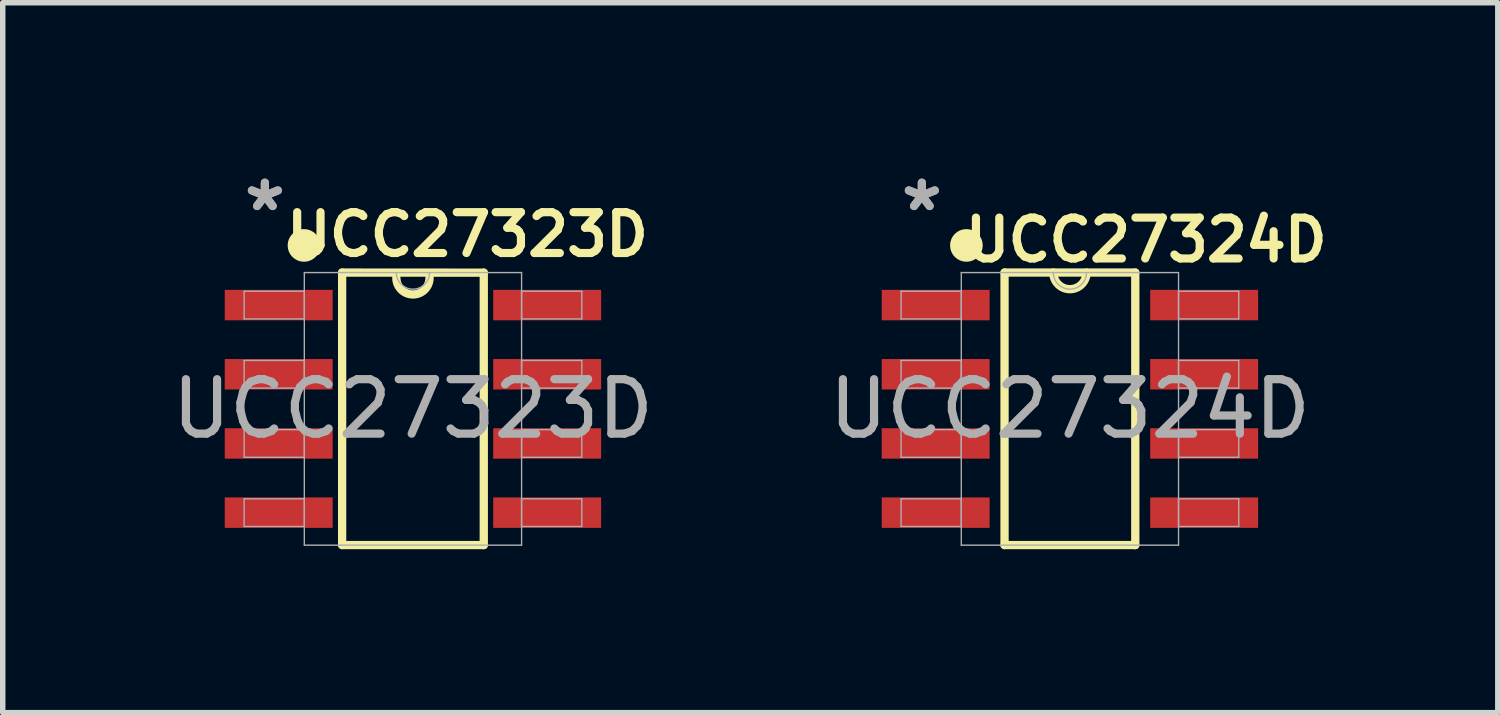
<source format=kicad_pcb>
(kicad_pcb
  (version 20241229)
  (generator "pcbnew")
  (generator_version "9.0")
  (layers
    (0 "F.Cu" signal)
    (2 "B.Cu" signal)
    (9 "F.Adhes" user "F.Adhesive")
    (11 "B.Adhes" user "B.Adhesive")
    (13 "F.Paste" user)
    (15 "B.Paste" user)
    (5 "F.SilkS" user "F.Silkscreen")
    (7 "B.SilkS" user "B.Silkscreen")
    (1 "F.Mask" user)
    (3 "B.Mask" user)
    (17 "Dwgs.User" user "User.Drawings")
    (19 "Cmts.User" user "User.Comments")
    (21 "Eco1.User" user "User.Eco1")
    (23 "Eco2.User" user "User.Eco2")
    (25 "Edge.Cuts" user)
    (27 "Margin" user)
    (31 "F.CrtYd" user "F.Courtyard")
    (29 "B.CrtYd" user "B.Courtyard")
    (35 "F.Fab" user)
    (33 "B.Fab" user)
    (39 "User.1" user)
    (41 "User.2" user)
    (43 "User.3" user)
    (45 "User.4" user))
  (footprint "UCC27324D"
    (layer "F.Cu")
    (at 16.589 4.455)
    (property "Reference" "UCC27324D" (at 1.4 -3.1 0) (unlocked yes) (layer "F.SilkS") (effects (font (size 0.75 0.75) (thickness 0.15))))
    (attr smd)
    (fp_line (start -1.2 2.5) (end -1.2 -2.502) (stroke (width 0.152) (type default)) (layer "F.SilkS"))
    (fp_line (start -1.2 2.5) (end 1.2 2.5) (stroke (width 0.152) (type solid)) (layer "F.SilkS"))
    (fp_line (start 1.2 -2.502) (end -1.2 -2.502) (stroke (width 0.152) (type solid)) (layer "F.SilkS"))
    (fp_line (start 1.2 2.5) (end 1.2 -2.502) (stroke (width 0.152) (type default)) (layer "F.SilkS"))
    (fp_arc (start 0.3048 -2.5019) (mid 0 -2.1971) (end -0.3048 -2.5019) (stroke (width 0.1524) (type solid)) (layer "F.SilkS"))
    (fp_circle (center -1.9 -3) (end -1.75 -3) (stroke (width 0.3) (type default)) (fill no) (layer "F.SilkS"))
    (fp_line (start -3.099 -2.159) (end -3.099 -1.651) (stroke (width 0.025) (type solid)) (layer "F.Fab"))
    (fp_line (start -3.099 -1.651) (end -1.994 -1.651) (stroke (width 0.025) (type solid)) (layer "F.Fab"))
    (fp_line (start -3.099 -0.889) (end -3.099 -0.381) (stroke (width 0.025) (type solid)) (layer "F.Fab"))
    (fp_line (start -3.099 -0.381) (end -1.994 -0.381) (stroke (width 0.025) (type solid)) (layer "F.Fab"))
    (fp_line (start -3.099 0.381) (end -3.099 0.889) (stroke (width 0.025) (type solid)) (layer "F.Fab"))
    (fp_line (start -3.099 0.889) (end -1.994 0.889) (stroke (width 0.025) (type solid)) (layer "F.Fab"))
    (fp_line (start -3.099 1.651) (end -3.099 2.159) (stroke (width 0.025) (type solid)) (layer "F.Fab"))
    (fp_line (start -3.099 2.159) (end -1.994 2.159) (stroke (width 0.025) (type solid)) (layer "F.Fab"))
    (fp_line (start -1.994 -2.502) (end -1.994 2.502) (stroke (width 0.025) (type solid)) (layer "F.Fab"))
    (fp_line (start -1.994 -2.159) (end -3.099 -2.159) (stroke (width 0.025) (type solid)) (layer "F.Fab"))
    (fp_line (start -1.994 -1.651) (end -1.994 -2.159) (stroke (width 0.025) (type solid)) (layer "F.Fab"))
    (fp_line (start -1.994 -0.889) (end -3.099 -0.889) (stroke (width 0.025) (type solid)) (layer "F.Fab"))
    (fp_line (start -1.994 -0.381) (end -1.994 -0.889) (stroke (width 0.025) (type solid)) (layer "F.Fab"))
    (fp_line (start -1.994 0.381) (end -3.099 0.381) (stroke (width 0.025) (type solid)) (layer "F.Fab"))
    (fp_line (start -1.994 0.889) (end -1.994 0.381) (stroke (width 0.025) (type solid)) (layer "F.Fab"))
    (fp_line (start -1.994 1.651) (end -3.099 1.651) (stroke (width 0.025) (type solid)) (layer "F.Fab"))
    (fp_line (start -1.994 2.159) (end -1.994 1.651) (stroke (width 0.025) (type solid)) (layer "F.Fab"))
    (fp_line (start -1.994 2.502) (end 1.994 2.502) (stroke (width 0.025) (type solid)) (layer "F.Fab"))
    (fp_line (start 1.994 -2.502) (end -1.994 -2.502) (stroke (width 0.025) (type solid)) (layer "F.Fab"))
    (fp_line (start 1.994 -2.159) (end 1.994 -1.651) (stroke (width 0.025) (type solid)) (layer "F.Fab"))
    (fp_line (start 1.994 -1.651) (end 3.099 -1.651) (stroke (width 0.025) (type solid)) (layer "F.Fab"))
    (fp_line (start 1.994 -0.889) (end 1.994 -0.381) (stroke (width 0.025) (type solid)) (layer "F.Fab"))
    (fp_line (start 1.994 -0.381) (end 3.099 -0.381) (stroke (width 0.025) (type solid)) (layer "F.Fab"))
    (fp_line (start 1.994 0.381) (end 1.994 0.889) (stroke (width 0.025) (type solid)) (layer "F.Fab"))
    (fp_line (start 1.994 0.889) (end 3.099 0.889) (stroke (width 0.025) (type solid)) (layer "F.Fab"))
    (fp_line (start 1.994 1.651) (end 1.994 2.159) (stroke (width 0.025) (type solid)) (layer "F.Fab"))
    (fp_line (start 1.994 2.159) (end 3.099 2.159) (stroke (width 0.025) (type solid)) (layer "F.Fab"))
    (fp_line (start 1.994 2.502) (end 1.994 -2.502) (stroke (width 0.025) (type solid)) (layer "F.Fab"))
    (fp_line (start 3.099 -2.159) (end 1.994 -2.159) (stroke (width 0.025) (type solid)) (layer "F.Fab"))
    (fp_line (start 3.099 -1.651) (end 3.099 -2.159) (stroke (width 0.025) (type solid)) (layer "F.Fab"))
    (fp_line (start 3.099 -0.889) (end 1.994 -0.889) (stroke (width 0.025) (type solid)) (layer "F.Fab"))
    (fp_line (start 3.099 -0.381) (end 3.099 -0.889) (stroke (width 0.025) (type solid)) (layer "F.Fab"))
    (fp_line (start 3.099 0.381) (end 1.994 0.381) (stroke (width 0.025) (type solid)) (layer "F.Fab"))
    (fp_line (start 3.099 0.889) (end 3.099 0.381) (stroke (width 0.025) (type solid)) (layer "F.Fab"))
    (fp_line (start 3.099 1.651) (end 1.994 1.651) (stroke (width 0.025) (type solid)) (layer "F.Fab"))
    (fp_line (start 3.099 2.159) (end 3.099 1.651) (stroke (width 0.025) (type solid)) (layer "F.Fab"))
    (fp_arc (start 0.3048 -2.5019) (mid 0 -2.1971) (end -0.3048 -2.5019) (stroke (width 0.0254) (type solid)) (layer "F.Fab"))
    (fp_text user "*" (at -2.718 -3.607 0) (layer "F.Fab") (effects (font (size 1 1) (thickness 0.15))))
    (fp_text user "${REFERENCE}" (at 0 0 0) (unlocked yes) (layer "F.Fab") (effects (font (size 1 1) (thickness 0.15))))
    (fp_text user "*" (at -2.718 -3.607 0) (unlocked yes) (layer "F.Fab") (effects (font (size 1 1) (thickness 0.15))))
    (pad "1" smd rect (at -2.464 -1.905) (size 1.981 0.559) (layers "F.Cu" "F.Mask" "F.Paste"))
    (pad "2" smd rect (at -2.464 -0.635) (size 1.981 0.559) (layers "F.Cu" "F.Mask" "F.Paste"))
    (pad "3" smd rect (at -2.464 0.635) (size 1.981 0.559) (layers "F.Cu" "F.Mask" "F.Paste"))
    (pad "4" smd rect (at -2.464 1.905) (size 1.981 0.559) (layers "F.Cu" "F.Mask" "F.Paste"))
    (pad "5" smd rect (at 2.464 1.905) (size 1.981 0.559) (layers "F.Cu" "F.Mask" "F.Paste"))
    (pad "6" smd rect (at 2.464 0.635) (size 1.981 0.559) (layers "F.Cu" "F.Mask" "F.Paste"))
    (pad "7" smd rect (at 2.464 -0.635) (size 1.981 0.559) (layers "F.Cu" "F.Mask" "F.Paste"))
    (pad "8" smd rect (at 2.464 -1.905) (size 1.981 0.559) (layers "F.Cu" "F.Mask" "F.Paste")))
  (footprint "UCC27323D"
    (layer "F.Cu")
    (at 4.53 4.455)
    (property "Reference" "UCC27323D" (at 1 -3.2 0) (unlocked yes) (layer "F.SilkS") (effects (font (size 0.75 0.75) (thickness 0.15))))
    (attr smd)
    (fp_line (start -1.3 -2.502) (end -1.3 2.5) (stroke (width 0.152) (type default)) (layer "F.SilkS"))
    (fp_line (start -1.3 2.5) (end 1.3 2.5) (stroke (width 0.152) (type solid)) (layer "F.SilkS"))
    (fp_line (start 1.3 -2.5) (end -1.3 -2.502) (stroke (width 0.152) (type solid)) (layer "F.SilkS"))
    (fp_line (start 1.3 2.5) (end 1.3 -2.5) (stroke (width 0.152) (type default)) (layer "F.SilkS"))
    (fp_arc (start 0.3048 -2.4048) (mid 0 -2.1) (end -0.3048 -2.4048) (stroke (width 0.1524) (type solid)) (layer "F.SilkS"))
    (fp_circle (center -2 -3) (end -1.85 -3) (stroke (width 0.3) (type default)) (fill no) (layer "F.SilkS"))
    (fp_line (start -3.099 -2.159) (end -3.099 -1.651) (stroke (width 0.025) (type solid)) (layer "F.Fab"))
    (fp_line (start -3.099 -1.651) (end -1.994 -1.651) (stroke (width 0.025) (type solid)) (layer "F.Fab"))
    (fp_line (start -3.099 -0.889) (end -3.099 -0.381) (stroke (width 0.025) (type solid)) (layer "F.Fab"))
    (fp_line (start -3.099 -0.381) (end -1.994 -0.381) (stroke (width 0.025) (type solid)) (layer "F.Fab"))
    (fp_line (start -3.099 0.381) (end -3.099 0.889) (stroke (width 0.025) (type solid)) (layer "F.Fab"))
    (fp_line (start -3.099 0.889) (end -1.994 0.889) (stroke (width 0.025) (type solid)) (layer "F.Fab"))
    (fp_line (start -3.099 1.651) (end -3.099 2.159) (stroke (width 0.025) (type solid)) (layer "F.Fab"))
    (fp_line (start -3.099 2.159) (end -1.994 2.159) (stroke (width 0.025) (type solid)) (layer "F.Fab"))
    (fp_line (start -1.994 -2.502) (end -1.994 2.502) (stroke (width 0.025) (type solid)) (layer "F.Fab"))
    (fp_line (start -1.994 -2.159) (end -3.099 -2.159) (stroke (width 0.025) (type solid)) (layer "F.Fab"))
    (fp_line (start -1.994 -1.651) (end -1.994 -2.159) (stroke (width 0.025) (type solid)) (layer "F.Fab"))
    (fp_line (start -1.994 -0.889) (end -3.099 -0.889) (stroke (width 0.025) (type solid)) (layer "F.Fab"))
    (fp_line (start -1.994 -0.381) (end -1.994 -0.889) (stroke (width 0.025) (type solid)) (layer "F.Fab"))
    (fp_line (start -1.994 0.381) (end -3.099 0.381) (stroke (width 0.025) (type solid)) (layer "F.Fab"))
    (fp_line (start -1.994 0.889) (end -1.994 0.381) (stroke (width 0.025) (type solid)) (layer "F.Fab"))
    (fp_line (start -1.994 1.651) (end -3.099 1.651) (stroke (width 0.025) (type solid)) (layer "F.Fab"))
    (fp_line (start -1.994 2.159) (end -1.994 1.651) (stroke (width 0.025) (type solid)) (layer "F.Fab"))
    (fp_line (start -1.994 2.502) (end 1.994 2.502) (stroke (width 0.025) (type solid)) (layer "F.Fab"))
    (fp_line (start 1.994 -2.502) (end -1.994 -2.502) (stroke (width 0.025) (type solid)) (layer "F.Fab"))
    (fp_line (start 1.994 -2.159) (end 1.994 -1.651) (stroke (width 0.025) (type solid)) (layer "F.Fab"))
    (fp_line (start 1.994 -1.651) (end 3.099 -1.651) (stroke (width 0.025) (type solid)) (layer "F.Fab"))
    (fp_line (start 1.994 -0.889) (end 1.994 -0.381) (stroke (width 0.025) (type solid)) (layer "F.Fab"))
    (fp_line (start 1.994 -0.381) (end 3.099 -0.381) (stroke (width 0.025) (type solid)) (layer "F.Fab"))
    (fp_line (start 1.994 0.381) (end 1.994 0.889) (stroke (width 0.025) (type solid)) (layer "F.Fab"))
    (fp_line (start 1.994 0.889) (end 3.099 0.889) (stroke (width 0.025) (type solid)) (layer "F.Fab"))
    (fp_line (start 1.994 1.651) (end 1.994 2.159) (stroke (width 0.025) (type solid)) (layer "F.Fab"))
    (fp_line (start 1.994 2.159) (end 3.099 2.159) (stroke (width 0.025) (type solid)) (layer "F.Fab"))
    (fp_line (start 1.994 2.502) (end 1.994 -2.502) (stroke (width 0.025) (type solid)) (layer "F.Fab"))
    (fp_line (start 3.099 -2.159) (end 1.994 -2.159) (stroke (width 0.025) (type solid)) (layer "F.Fab"))
    (fp_line (start 3.099 -1.651) (end 3.099 -2.159) (stroke (width 0.025) (type solid)) (layer "F.Fab"))
    (fp_line (start 3.099 -0.889) (end 1.994 -0.889) (stroke (width 0.025) (type solid)) (layer "F.Fab"))
    (fp_line (start 3.099 -0.381) (end 3.099 -0.889) (stroke (width 0.025) (type solid)) (layer "F.Fab"))
    (fp_line (start 3.099 0.381) (end 1.994 0.381) (stroke (width 0.025) (type solid)) (layer "F.Fab"))
    (fp_line (start 3.099 0.889) (end 3.099 0.381) (stroke (width 0.025) (type solid)) (layer "F.Fab"))
    (fp_line (start 3.099 1.651) (end 1.994 1.651) (stroke (width 0.025) (type solid)) (layer "F.Fab"))
    (fp_line (start 3.099 2.159) (end 3.099 1.651) (stroke (width 0.025) (type solid)) (layer "F.Fab"))
    (fp_arc (start 0.3048 -2.5019) (mid 0 -2.1971) (end -0.3048 -2.5019) (stroke (width 0.0254) (type solid)) (layer "F.Fab"))
    (fp_text user "*" (at -2.718 -3.607 0) (unlocked yes) (layer "F.Fab") (effects (font (size 1 1) (thickness 0.15))))
    (fp_text user "${REFERENCE}" (at 0 0 0) (unlocked yes) (layer "F.Fab") (effects (font (size 1 1) (thickness 0.15))))
    (fp_text user "*" (at -2.718 -3.607 0) (layer "F.Fab") (effects (font (size 1 1) (thickness 0.15))))
    (pad "1" smd rect (at -2.464 -1.905) (size 1.981 0.559) (layers "F.Cu" "F.Mask" "F.Paste"))
    (pad "2" smd rect (at -2.464 -0.635) (size 1.981 0.559) (layers "F.Cu" "F.Mask" "F.Paste"))
    (pad "3" smd rect (at -2.464 0.635) (size 1.981 0.559) (layers "F.Cu" "F.Mask" "F.Paste"))
    (pad "4" smd rect (at -2.464 1.905) (size 1.981 0.559) (layers "F.Cu" "F.Mask" "F.Paste"))
    (pad "5" smd rect (at 2.464 1.905) (size 1.981 0.559) (layers "F.Cu" "F.Mask" "F.Paste"))
    (pad "6" smd rect (at 2.464 0.635) (size 1.981 0.559) (layers "F.Cu" "F.Mask" "F.Paste"))
    (pad "7" smd rect (at 2.464 -0.635) (size 1.981 0.559) (layers "F.Cu" "F.Mask" "F.Paste"))
    (pad "8" smd rect (at 2.464 -1.905) (size 1.981 0.559) (layers "F.Cu" "F.Mask" "F.Paste")))
  (gr_rect
    (start -3 -3)
    (end 24.443 10.031)
    (stroke (width 0.1) (type default))
    (fill no)
    (layer "Edge.Cuts")))
</source>
